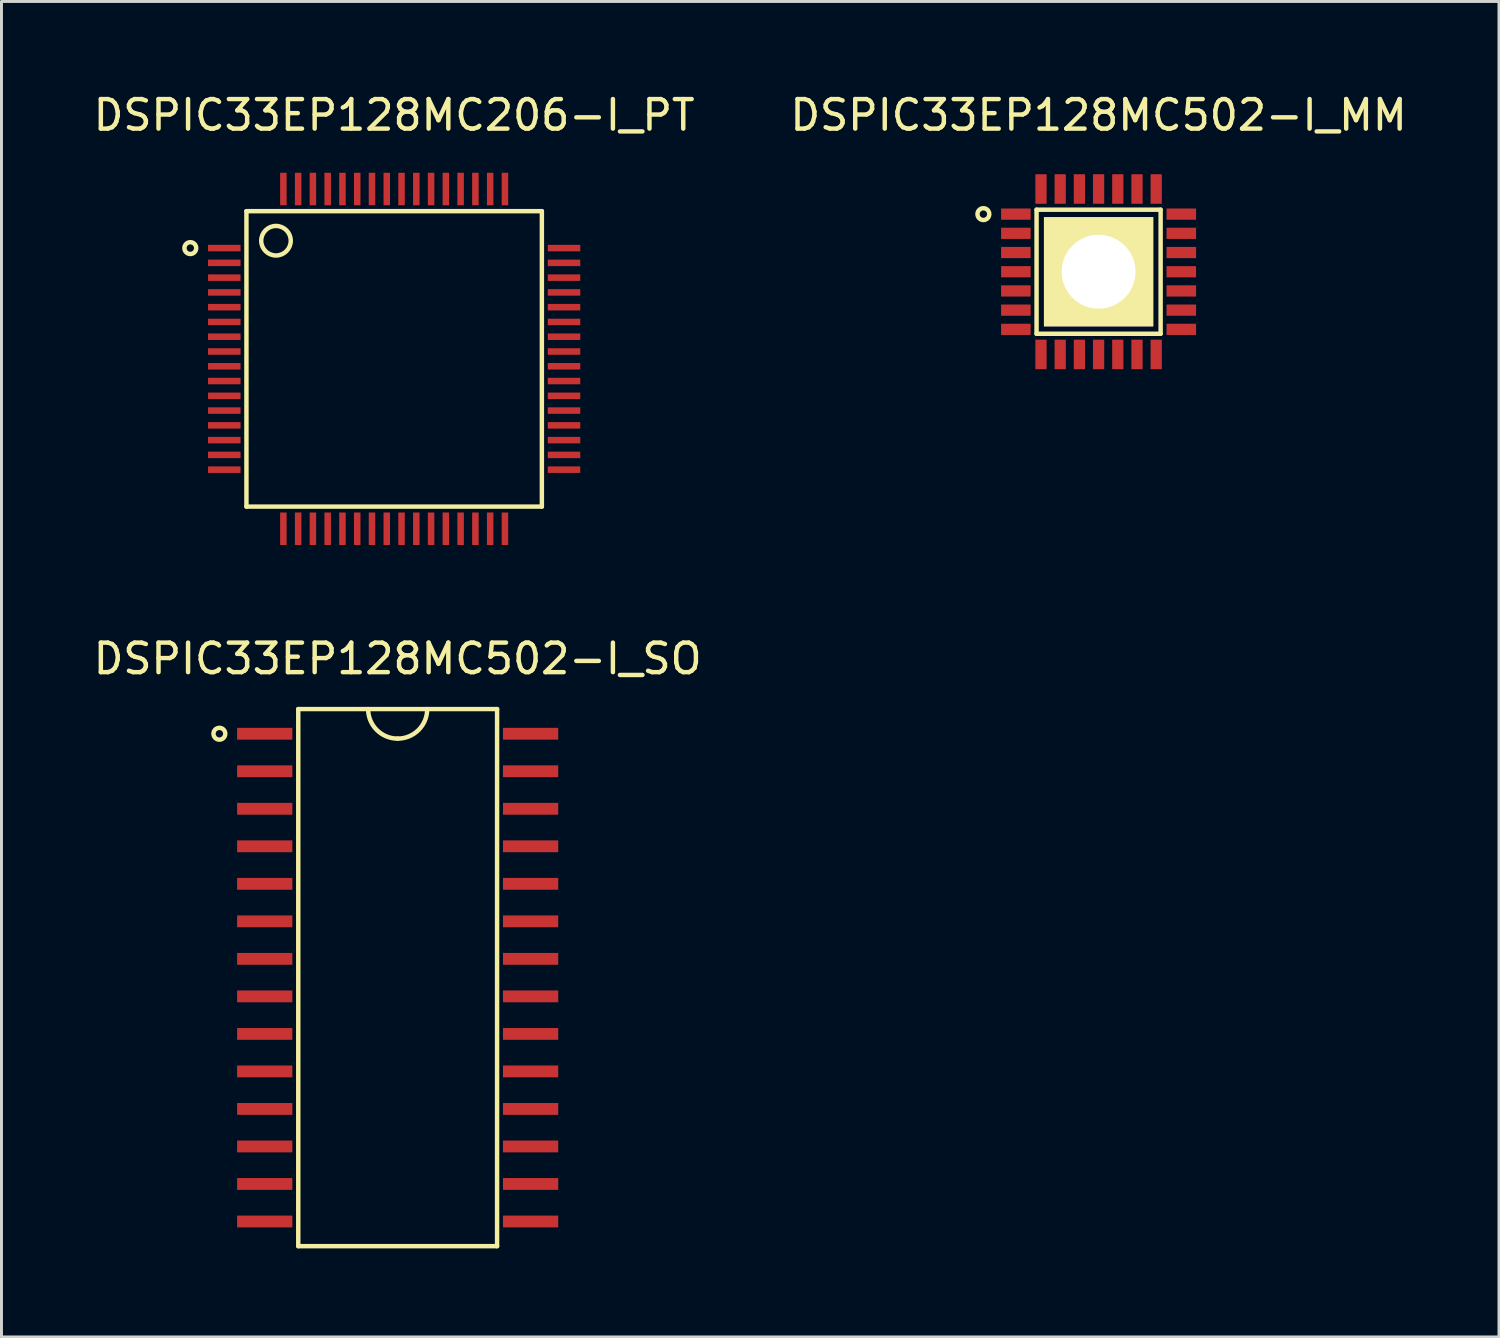
<source format=kicad_pcb>
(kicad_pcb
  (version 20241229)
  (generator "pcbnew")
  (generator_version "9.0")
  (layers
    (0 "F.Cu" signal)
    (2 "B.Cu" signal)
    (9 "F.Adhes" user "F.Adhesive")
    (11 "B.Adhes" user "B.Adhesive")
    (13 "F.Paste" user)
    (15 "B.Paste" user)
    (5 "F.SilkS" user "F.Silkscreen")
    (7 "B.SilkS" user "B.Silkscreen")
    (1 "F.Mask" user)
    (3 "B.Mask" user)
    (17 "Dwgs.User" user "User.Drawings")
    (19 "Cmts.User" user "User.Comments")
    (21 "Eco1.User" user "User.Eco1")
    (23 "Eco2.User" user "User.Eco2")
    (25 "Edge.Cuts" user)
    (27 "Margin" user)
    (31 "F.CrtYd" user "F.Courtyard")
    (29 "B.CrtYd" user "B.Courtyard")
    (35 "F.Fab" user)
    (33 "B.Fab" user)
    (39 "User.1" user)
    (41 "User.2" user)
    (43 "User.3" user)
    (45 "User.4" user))
  (footprint "DSPIC33EP128MC206-I_PT"
    (layer "F.Cu")
    (at 4.542 3.348)
    (property "Reference" "DSPIC33EP128MC206-I_PT" (at 5.75 -2.5 0) (layer "F.SilkS") (effects (font (size 1 1) (thickness 0.15))))
    (attr through_hole)
    (fp_line (start 0.75 0.75) (end 0.75 10.75) (stroke (width 0.15) (type solid)) (layer "F.SilkS"))
    (fp_line (start 0.75 0.75) (end 10.75 0.75) (stroke (width 0.15) (type solid)) (layer "F.SilkS"))
    (fp_line (start 0.75 10.75) (end 10.75 10.75) (stroke (width 0.15) (type solid)) (layer "F.SilkS"))
    (fp_line (start 10.75 10.75) (end 10.75 0.75) (stroke (width 0.15) (type solid)) (layer "F.SilkS"))
    (fp_circle (center -1.15 2) (end -1.15 1.8) (stroke (width 0.15) (type solid)) (fill no) (layer "F.SilkS"))
    (fp_circle (center 1.75 1.75) (end 1.75 1.25) (stroke (width 0.15) (type solid)) (fill no) (layer "F.SilkS"))
    (pad "1" smd rect (at 0 2) (size 1.1 0.22) (layers "F.Cu" "F.Mask" "F.Paste"))
    (pad "2" smd rect (at 0 2.5) (size 1.1 0.22) (layers "F.Cu" "F.Mask" "F.Paste"))
    (pad "3" smd rect (at 0 3) (size 1.1 0.22) (layers "F.Cu" "F.Mask" "F.Paste"))
    (pad "4" smd rect (at 0 3.5) (size 1.1 0.22) (layers "F.Cu" "F.Mask" "F.Paste"))
    (pad "5" smd rect (at 0 4) (size 1.1 0.22) (layers "F.Cu" "F.Mask" "F.Paste"))
    (pad "6" smd rect (at 0 4.5) (size 1.1 0.22) (layers "F.Cu" "F.Mask" "F.Paste"))
    (pad "7" smd rect (at 0 5) (size 1.1 0.22) (layers "F.Cu" "F.Mask" "F.Paste"))
    (pad "8" smd rect (at 0 5.5) (size 1.1 0.22) (layers "F.Cu" "F.Mask" "F.Paste"))
    (pad "9" smd rect (at 0 6) (size 1.1 0.22) (layers "F.Cu" "F.Mask" "F.Paste"))
    (pad "10" smd rect (at 0 6.5) (size 1.1 0.22) (layers "F.Cu" "F.Mask" "F.Paste"))
    (pad "11" smd rect (at 0 7) (size 1.1 0.22) (layers "F.Cu" "F.Mask" "F.Paste"))
    (pad "12" smd rect (at 0 7.5) (size 1.1 0.22) (layers "F.Cu" "F.Mask" "F.Paste"))
    (pad "13" smd rect (at 0 8) (size 1.1 0.22) (layers "F.Cu" "F.Mask" "F.Paste"))
    (pad "14" smd rect (at 0 8.5) (size 1.1 0.22) (layers "F.Cu" "F.Mask" "F.Paste"))
    (pad "15" smd rect (at 0 9) (size 1.1 0.22) (layers "F.Cu" "F.Mask" "F.Paste"))
    (pad "16" smd rect (at 0 9.5) (size 1.1 0.22) (layers "F.Cu" "F.Mask" "F.Paste"))
    (pad "17" smd rect (at 2 11.5) (size 0.22 1.1) (layers "F.Cu" "F.Mask" "F.Paste"))
    (pad "18" smd rect (at 2.5 11.5) (size 0.22 1.1) (layers "F.Cu" "F.Mask" "F.Paste"))
    (pad "19" smd rect (at 3 11.5) (size 0.22 1.1) (layers "F.Cu" "F.Mask" "F.Paste"))
    (pad "20" smd rect (at 3.5 11.5) (size 0.22 1.1) (layers "F.Cu" "F.Mask" "F.Paste"))
    (pad "21" smd rect (at 4 11.5) (size 0.22 1.1) (layers "F.Cu" "F.Mask" "F.Paste"))
    (pad "22" smd rect (at 4.5 11.5) (size 0.22 1.1) (layers "F.Cu" "F.Mask" "F.Paste"))
    (pad "23" smd rect (at 5 11.5) (size 0.22 1.1) (layers "F.Cu" "F.Mask" "F.Paste"))
    (pad "24" smd rect (at 5.5 11.5) (size 0.22 1.1) (layers "F.Cu" "F.Mask" "F.Paste"))
    (pad "25" smd rect (at 6 11.5) (size 0.22 1.1) (layers "F.Cu" "F.Mask" "F.Paste"))
    (pad "26" smd rect (at 6.5 11.5) (size 0.22 1.1) (layers "F.Cu" "F.Mask" "F.Paste"))
    (pad "27" smd rect (at 7 11.5) (size 0.22 1.1) (layers "F.Cu" "F.Mask" "F.Paste"))
    (pad "28" smd rect (at 7.5 11.5) (size 0.22 1.1) (layers "F.Cu" "F.Mask" "F.Paste"))
    (pad "29" smd rect (at 8 11.5) (size 0.22 1.1) (layers "F.Cu" "F.Mask" "F.Paste"))
    (pad "30" smd rect (at 8.5 11.5) (size 0.22 1.1) (layers "F.Cu" "F.Mask" "F.Paste"))
    (pad "31" smd rect (at 9 11.5) (size 0.22 1.1) (layers "F.Cu" "F.Mask" "F.Paste"))
    (pad "32" smd rect (at 9.5 11.5) (size 0.22 1.1) (layers "F.Cu" "F.Mask" "F.Paste"))
    (pad "33" smd rect (at 11.5 9.5) (size 1.1 0.22) (layers "F.Cu" "F.Mask" "F.Paste"))
    (pad "34" smd rect (at 11.5 9) (size 1.1 0.22) (layers "F.Cu" "F.Mask" "F.Paste"))
    (pad "35" smd rect (at 11.5 8.5) (size 1.1 0.22) (layers "F.Cu" "F.Mask" "F.Paste"))
    (pad "36" smd rect (at 11.5 8) (size 1.1 0.22) (layers "F.Cu" "F.Mask" "F.Paste"))
    (pad "37" smd rect (at 11.5 7.5) (size 1.1 0.22) (layers "F.Cu" "F.Mask" "F.Paste"))
    (pad "38" smd rect (at 11.5 7) (size 1.1 0.22) (layers "F.Cu" "F.Mask" "F.Paste"))
    (pad "39" smd rect (at 11.5 6.5) (size 1.1 0.22) (layers "F.Cu" "F.Mask" "F.Paste"))
    (pad "40" smd rect (at 11.5 6) (size 1.1 0.22) (layers "F.Cu" "F.Mask" "F.Paste"))
    (pad "41" smd rect (at 11.5 5.5) (size 1.1 0.22) (layers "F.Cu" "F.Mask" "F.Paste"))
    (pad "42" smd rect (at 11.5 5) (size 1.1 0.22) (layers "F.Cu" "F.Mask" "F.Paste"))
    (pad "43" smd rect (at 11.5 4.5) (size 1.1 0.22) (layers "F.Cu" "F.Mask" "F.Paste"))
    (pad "44" smd rect (at 11.5 4) (size 1.1 0.22) (layers "F.Cu" "F.Mask" "F.Paste"))
    (pad "45" smd rect (at 11.5 3.5) (size 1.1 0.22) (layers "F.Cu" "F.Mask" "F.Paste"))
    (pad "46" smd rect (at 11.5 3) (size 1.1 0.22) (layers "F.Cu" "F.Mask" "F.Paste"))
    (pad "47" smd rect (at 11.5 2.5) (size 1.1 0.22) (layers "F.Cu" "F.Mask" "F.Paste"))
    (pad "48" smd rect (at 11.5 2) (size 1.1 0.22) (layers "F.Cu" "F.Mask" "F.Paste"))
    (pad "49" smd rect (at 9.5 0) (size 0.22 1.1) (layers "F.Cu" "F.Mask" "F.Paste"))
    (pad "50" smd rect (at 9 0) (size 0.22 1.1) (layers "F.Cu" "F.Mask" "F.Paste"))
    (pad "51" smd rect (at 8.5 0) (size 0.22 1.1) (layers "F.Cu" "F.Mask" "F.Paste"))
    (pad "52" smd rect (at 8 0) (size 0.22 1.1) (layers "F.Cu" "F.Mask" "F.Paste"))
    (pad "53" smd rect (at 7.5 0) (size 0.22 1.1) (layers "F.Cu" "F.Mask" "F.Paste"))
    (pad "54" smd rect (at 7 0) (size 0.22 1.1) (layers "F.Cu" "F.Mask" "F.Paste"))
    (pad "55" smd rect (at 6.5 0) (size 0.22 1.1) (layers "F.Cu" "F.Mask" "F.Paste"))
    (pad "56" smd rect (at 6 0) (size 0.22 1.1) (layers "F.Cu" "F.Mask" "F.Paste"))
    (pad "57" smd rect (at 5.5 0) (size 0.22 1.1) (layers "F.Cu" "F.Mask" "F.Paste"))
    (pad "58" smd rect (at 5 0) (size 0.22 1.1) (layers "F.Cu" "F.Mask" "F.Paste"))
    (pad "59" smd rect (at 4.5 0) (size 0.22 1.1) (layers "F.Cu" "F.Mask" "F.Paste"))
    (pad "60" smd rect (at 4 0) (size 0.22 1.1) (layers "F.Cu" "F.Mask" "F.Paste"))
    (pad "61" smd rect (at 3.5 0) (size 0.22 1.1) (layers "F.Cu" "F.Mask" "F.Paste"))
    (pad "62" smd rect (at 3 0) (size 0.22 1.1) (layers "F.Cu" "F.Mask" "F.Paste"))
    (pad "63" smd rect (at 2.5 0) (size 0.22 1.1) (layers "F.Cu" "F.Mask" "F.Paste"))
    (pad "64" smd rect (at 2 0) (size 0.22 1.1) (layers "F.Cu" "F.Mask" "F.Paste")))
  (footprint "DSPIC33EP128MC502-I_MM"
    (layer "F.Cu")
    (at 31.337 3.348)
    (property "Reference" "DSPIC33EP128MC502-I_MM" (at 2.8 -2.5 0) (layer "F.SilkS") (effects (font (size 1 1) (thickness 0.15))))
    (attr through_hole)
    (fp_line (start 0.7 0.7) (end 0.7 4.9) (stroke (width 0.15) (type solid)) (layer "F.SilkS"))
    (fp_line (start 0.7 0.7) (end 4.9 0.7) (stroke (width 0.15) (type solid)) (layer "F.SilkS"))
    (fp_line (start 0.7 4.9) (end 4.9 4.9) (stroke (width 0.15) (type solid)) (layer "F.SilkS"))
    (fp_line (start 4.9 4.9) (end 4.9 0.7) (stroke (width 0.15) (type solid)) (layer "F.SilkS"))
    (fp_circle (center -1.1 0.85) (end -1.1 0.65) (stroke (width 0.15) (type solid)) (fill no) (layer "F.SilkS"))
    (fp_circle (center 1.7 1.7) (end 1.7 1.2) (stroke (width 0.15) (type solid)) (fill no) (layer "F.SilkS"))
    (pad "1" smd rect (at 0 0.85) (size 1 0.38) (layers "F.Cu" "F.Mask" "F.Paste"))
    (pad "2" smd rect (at 0 1.5) (size 1 0.38) (layers "F.Cu" "F.Mask" "F.Paste"))
    (pad "3" smd rect (at 0 2.15) (size 1 0.38) (layers "F.Cu" "F.Mask" "F.Paste"))
    (pad "4" smd rect (at 0 2.8) (size 1 0.38) (layers "F.Cu" "F.Mask" "F.Paste"))
    (pad "5" smd rect (at 0 3.45) (size 1 0.38) (layers "F.Cu" "F.Mask" "F.Paste"))
    (pad "6" smd rect (at 0 4.1) (size 1 0.38) (layers "F.Cu" "F.Mask" "F.Paste"))
    (pad "7" smd rect (at 0 4.75) (size 1 0.38) (layers "F.Cu" "F.Mask" "F.Paste"))
    (pad "8" smd rect (at 0.85 5.6) (size 0.38 1) (layers "F.Cu" "F.Mask" "F.Paste"))
    (pad "9" smd rect (at 1.5 5.6) (size 0.38 1) (layers "F.Cu" "F.Mask" "F.Paste"))
    (pad "10" smd rect (at 2.15 5.6) (size 0.38 1) (layers "F.Cu" "F.Mask" "F.Paste"))
    (pad "11" smd rect (at 2.8 5.6) (size 0.38 1) (layers "F.Cu" "F.Mask" "F.Paste"))
    (pad "12" smd rect (at 3.45 5.6) (size 0.38 1) (layers "F.Cu" "F.Mask" "F.Paste"))
    (pad "13" smd rect (at 4.1 5.6) (size 0.38 1) (layers "F.Cu" "F.Mask" "F.Paste"))
    (pad "14" smd rect (at 4.75 5.6) (size 0.38 1) (layers "F.Cu" "F.Mask" "F.Paste"))
    (pad "15" smd rect (at 5.6 4.75) (size 1 0.38) (layers "F.Cu" "F.Mask" "F.Paste"))
    (pad "16" smd rect (at 5.6 4.1) (size 1 0.38) (layers "F.Cu" "F.Mask" "F.Paste"))
    (pad "17" smd rect (at 5.6 3.45) (size 1 0.38) (layers "F.Cu" "F.Mask" "F.Paste"))
    (pad "18" smd rect (at 5.6 2.8) (size 1 0.38) (layers "F.Cu" "F.Mask" "F.Paste"))
    (pad "19" smd rect (at 5.6 2.15) (size 1 0.38) (layers "F.Cu" "F.Mask" "F.Paste"))
    (pad "20" smd rect (at 5.6 1.5) (size 1 0.38) (layers "F.Cu" "F.Mask" "F.Paste"))
    (pad "21" smd rect (at 5.6 0.85) (size 1 0.38) (layers "F.Cu" "F.Mask" "F.Paste"))
    (pad "22" smd rect (at 4.75 0) (size 0.38 1) (layers "F.Cu" "F.Mask" "F.Paste"))
    (pad "23" smd rect (at 4.1 0) (size 0.38 1) (layers "F.Cu" "F.Mask" "F.Paste"))
    (pad "24" smd rect (at 3.45 0) (size 0.38 1) (layers "F.Cu" "F.Mask" "F.Paste"))
    (pad "25" smd rect (at 2.8 0) (size 0.38 1) (layers "F.Cu" "F.Mask" "F.Paste"))
    (pad "26" smd rect (at 2.15 0) (size 0.38 1) (layers "F.Cu" "F.Mask" "F.Paste"))
    (pad "27" smd rect (at 1.5 0) (size 0.38 1) (layers "F.Cu" "F.Mask" "F.Paste"))
    (pad "28" smd rect (at 0.85 0) (size 0.38 1) (layers "F.Cu" "F.Mask" "F.Paste"))
    (pad "999" thru_hole rect (at 2.8 2.8) (size 3.7 3.7) (drill 2.5) (layers "*.Cu" "*.Mask" "F.SilkS")))
  (footprint "DSPIC33EP128MC502-I_SO"
    (layer "F.Cu")
    (at 5.911 21.787)
    (property "Reference" "DSPIC33EP128MC502-I_SO" (at 4.5 -2.54 0) (layer "F.SilkS") (effects (font (size 1 1) (thickness 0.15))))
    (attr through_hole)
    (fp_line (start 1.135 -0.835) (end 7.865 -0.835) (stroke (width 0.15) (type solid)) (layer "F.SilkS"))
    (fp_line (start 1.135 17.345) (end 1.135 -0.835) (stroke (width 0.15) (type solid)) (layer "F.SilkS"))
    (fp_line (start 7.865 -0.835) (end 7.865 17.345) (stroke (width 0.15) (type solid)) (layer "F.SilkS"))
    (fp_line (start 7.865 17.345) (end 1.135 17.345) (stroke (width 0.15) (type solid)) (layer "F.SilkS"))
    (fp_arc (start 4.5 0.165) (mid 3.792893 -0.127893) (end 3.5 -0.835) (stroke (width 0.15) (type solid)) (layer "F.SilkS"))
    (fp_arc (start 5.5 -0.835) (mid 5.207107 -0.127893) (end 4.5 0.165) (stroke (width 0.15) (type solid)) (layer "F.SilkS"))
    (fp_circle (center -1.535 0) (end -1.535 0.2) (stroke (width 0.15) (type solid)) (fill no) (layer "F.SilkS"))
    (pad "1" smd rect (at 0 0) (size 1.87 0.4) (layers "F.Cu" "F.Mask" "F.Paste"))
    (pad "2" smd rect (at 0 1.27) (size 1.87 0.4) (layers "F.Cu" "F.Mask" "F.Paste"))
    (pad "3" smd rect (at 0 2.54) (size 1.87 0.4) (layers "F.Cu" "F.Mask" "F.Paste"))
    (pad "4" smd rect (at 0 3.81) (size 1.87 0.4) (layers "F.Cu" "F.Mask" "F.Paste"))
    (pad "5" smd rect (at 0 5.08) (size 1.87 0.4) (layers "F.Cu" "F.Mask" "F.Paste"))
    (pad "6" smd rect (at 0 6.35) (size 1.87 0.4) (layers "F.Cu" "F.Mask" "F.Paste"))
    (pad "7" smd rect (at 0 7.62) (size 1.87 0.4) (layers "F.Cu" "F.Mask" "F.Paste"))
    (pad "8" smd rect (at 0 8.89) (size 1.87 0.4) (layers "F.Cu" "F.Mask" "F.Paste"))
    (pad "9" smd rect (at 0 10.16) (size 1.87 0.4) (layers "F.Cu" "F.Mask" "F.Paste"))
    (pad "10" smd rect (at 0 11.43) (size 1.87 0.4) (layers "F.Cu" "F.Mask" "F.Paste"))
    (pad "11" smd rect (at 0 12.7) (size 1.87 0.4) (layers "F.Cu" "F.Mask" "F.Paste"))
    (pad "12" smd rect (at 0 13.97) (size 1.87 0.4) (layers "F.Cu" "F.Mask" "F.Paste"))
    (pad "13" smd rect (at 0 15.24) (size 1.87 0.4) (layers "F.Cu" "F.Mask" "F.Paste"))
    (pad "14" smd rect (at 0 16.51) (size 1.87 0.4) (layers "F.Cu" "F.Mask" "F.Paste"))
    (pad "15" smd rect (at 9 16.51) (size 1.87 0.4) (layers "F.Cu" "F.Mask" "F.Paste"))
    (pad "16" smd rect (at 9 15.24) (size 1.87 0.4) (layers "F.Cu" "F.Mask" "F.Paste"))
    (pad "17" smd rect (at 9 13.97) (size 1.87 0.4) (layers "F.Cu" "F.Mask" "F.Paste"))
    (pad "18" smd rect (at 9 12.7) (size 1.87 0.4) (layers "F.Cu" "F.Mask" "F.Paste"))
    (pad "19" smd rect (at 9 11.43) (size 1.87 0.4) (layers "F.Cu" "F.Mask" "F.Paste"))
    (pad "20" smd rect (at 9 10.16) (size 1.87 0.4) (layers "F.Cu" "F.Mask" "F.Paste"))
    (pad "21" smd rect (at 9 8.89) (size 1.87 0.4) (layers "F.Cu" "F.Mask" "F.Paste"))
    (pad "22" smd rect (at 9 7.62) (size 1.87 0.4) (layers "F.Cu" "F.Mask" "F.Paste"))
    (pad "23" smd rect (at 9 6.35) (size 1.87 0.4) (layers "F.Cu" "F.Mask" "F.Paste"))
    (pad "24" smd rect (at 9 5.08) (size 1.87 0.4) (layers "F.Cu" "F.Mask" "F.Paste"))
    (pad "25" smd rect (at 9 3.81) (size 1.87 0.4) (layers "F.Cu" "F.Mask" "F.Paste"))
    (pad "26" smd rect (at 9 2.54) (size 1.87 0.4) (layers "F.Cu" "F.Mask" "F.Paste"))
    (pad "27" smd rect (at 9 1.27) (size 1.87 0.4) (layers "F.Cu" "F.Mask" "F.Paste"))
    (pad "28" smd rect (at 9 0) (size 1.87 0.4) (layers "F.Cu" "F.Mask" "F.Paste")))
  (gr_rect
    (start -3 -3)
    (end 47.69 42.206)
    (stroke (width 0.1) (type default))
    (fill no)
    (layer "Edge.Cuts")))
</source>
